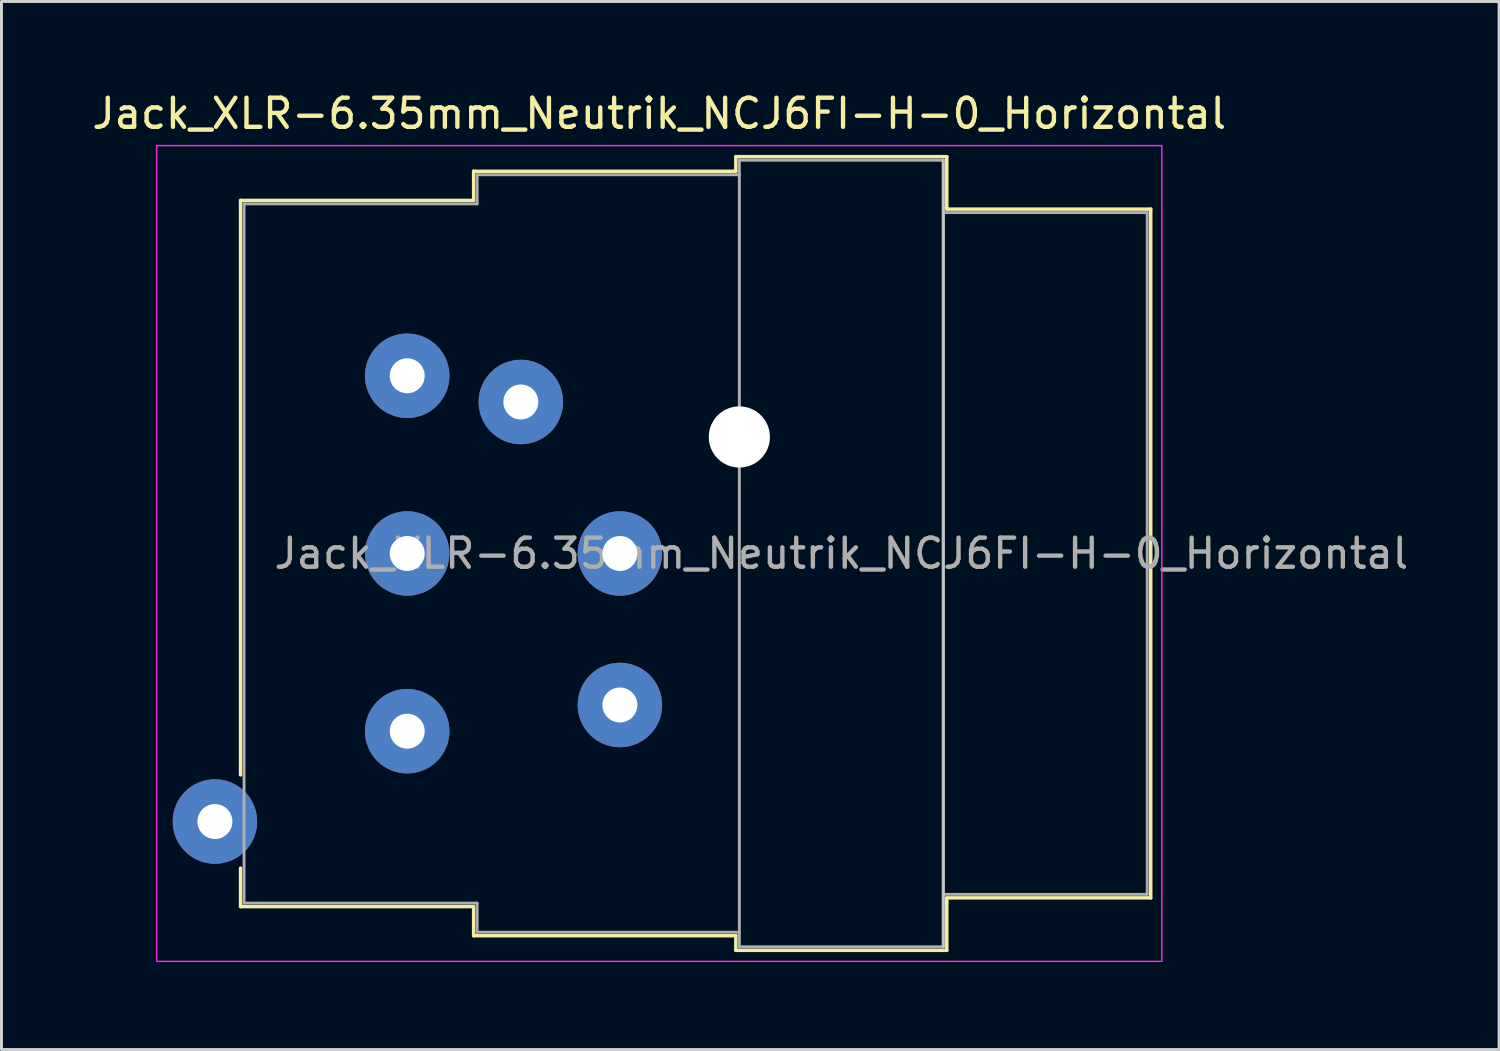
<source format=kicad_pcb>
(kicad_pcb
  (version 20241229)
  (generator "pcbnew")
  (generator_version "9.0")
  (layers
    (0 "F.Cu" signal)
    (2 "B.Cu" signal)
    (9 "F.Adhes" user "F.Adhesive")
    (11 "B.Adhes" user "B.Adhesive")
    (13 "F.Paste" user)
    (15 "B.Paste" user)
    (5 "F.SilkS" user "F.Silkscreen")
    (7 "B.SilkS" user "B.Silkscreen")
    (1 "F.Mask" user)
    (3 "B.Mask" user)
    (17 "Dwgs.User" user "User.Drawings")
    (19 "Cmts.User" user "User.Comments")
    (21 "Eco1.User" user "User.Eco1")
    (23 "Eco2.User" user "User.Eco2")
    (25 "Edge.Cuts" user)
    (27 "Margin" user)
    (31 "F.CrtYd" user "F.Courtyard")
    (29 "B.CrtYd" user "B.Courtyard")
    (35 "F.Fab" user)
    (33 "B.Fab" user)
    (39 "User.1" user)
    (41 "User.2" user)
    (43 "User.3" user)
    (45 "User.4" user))
  (footprint "Jack_XLR-6.35mm_Neutrik_NCJ6FI-H-0_Horizontal"
    (layer "F.Cu")
    (at 10.927 9.848)
    (property "Reference" "Jack_XLR-6.35mm_Neutrik_NCJ6FI-H-0_Horizontal" (at 8.65 -9 0) (layer "F.SilkS") (effects (font (size 1 1) (thickness 0.15))))
    (attr through_hole)
    (fp_line (start -5.72 -6.02) (end -5.72 13.7) (stroke (width 0.12) (type solid)) (layer "F.SilkS"))
    (fp_line (start -5.72 16.9) (end -5.72 18.22) (stroke (width 0.12) (type solid)) (layer "F.SilkS"))
    (fp_line (start 2.28 -7.02) (end 2.28 -6.02) (stroke (width 0.12) (type solid)) (layer "F.SilkS"))
    (fp_line (start 2.28 -6.02) (end -5.72 -6.02) (stroke (width 0.12) (type solid)) (layer "F.SilkS"))
    (fp_line (start 2.28 18.22) (end -5.72 18.22) (stroke (width 0.12) (type solid)) (layer "F.SilkS"))
    (fp_line (start 2.28 19.22) (end 2.28 18.22) (stroke (width 0.12) (type solid)) (layer "F.SilkS"))
    (fp_line (start 11.28 -7.02) (end 2.28 -7.02) (stroke (width 0.12) (type solid)) (layer "F.SilkS"))
    (fp_line (start 11.28 -7.02) (end 11.28 -7.52) (stroke (width 0.12) (type solid)) (layer "F.SilkS"))
    (fp_line (start 11.28 19.22) (end 2.28 19.22) (stroke (width 0.12) (type solid)) (layer "F.SilkS"))
    (fp_line (start 11.28 19.72) (end 11.28 19.22) (stroke (width 0.12) (type solid)) (layer "F.SilkS"))
    (fp_line (start 18.52 -7.52) (end 11.28 -7.52) (stroke (width 0.12) (type solid)) (layer "F.SilkS"))
    (fp_line (start 18.52 -7.52) (end 18.52 -5.72) (stroke (width 0.12) (type solid)) (layer "F.SilkS"))
    (fp_line (start 18.52 -5.72) (end 25.52 -5.72) (stroke (width 0.12) (type solid)) (layer "F.SilkS"))
    (fp_line (start 18.52 17.92) (end 18.52 19.72) (stroke (width 0.12) (type solid)) (layer "F.SilkS"))
    (fp_line (start 18.52 17.92) (end 25.52 17.92) (stroke (width 0.12) (type solid)) (layer "F.SilkS"))
    (fp_line (start 18.52 19.72) (end 11.28 19.72) (stroke (width 0.12) (type solid)) (layer "F.SilkS"))
    (fp_line (start 25.52 -5.72) (end 25.52 17.92) (stroke (width 0.12) (type solid)) (layer "F.SilkS"))
    (fp_line (start 18.4 -7.4) (end 18.4 19.6) (stroke (width 0.1) (type solid)) (layer "Dwgs.User"))
    (fp_line (start -8.6 -7.9) (end -8.6 20.1) (stroke (width 0.05) (type solid)) (layer "F.CrtYd"))
    (fp_line (start 25.9 -7.9) (end -8.6 -7.9) (stroke (width 0.05) (type solid)) (layer "F.CrtYd"))
    (fp_line (start 25.9 -7.9) (end 25.9 20.1) (stroke (width 0.05) (type solid)) (layer "F.CrtYd"))
    (fp_line (start 25.9 20.1) (end -8.6 20.1) (stroke (width 0.05) (type solid)) (layer "F.CrtYd"))
    (fp_line (start -5.6 -5.9) (end -5.6 18.1) (stroke (width 0.1) (type solid)) (layer "F.Fab"))
    (fp_line (start -5.6 18.1) (end 2.4 18.1) (stroke (width 0.1) (type solid)) (layer "F.Fab"))
    (fp_line (start 2.4 -6.9) (end 2.4 -5.9) (stroke (width 0.1) (type solid)) (layer "F.Fab"))
    (fp_line (start 2.4 -5.9) (end -5.6 -5.9) (stroke (width 0.1) (type solid)) (layer "F.Fab"))
    (fp_line (start 2.4 18.1) (end 2.4 19.1) (stroke (width 0.1) (type solid)) (layer "F.Fab"))
    (fp_line (start 2.4 19.1) (end 11.4 19.1) (stroke (width 0.1) (type solid)) (layer "F.Fab"))
    (fp_line (start 11.4 -7.4) (end 18.4 -7.4) (stroke (width 0.1) (type solid)) (layer "F.Fab"))
    (fp_line (start 11.4 -6.9) (end 2.4 -6.9) (stroke (width 0.1) (type solid)) (layer "F.Fab"))
    (fp_line (start 11.4 19.6) (end 11.4 -7.4) (stroke (width 0.1) (type solid)) (layer "F.Fab"))
    (fp_line (start 18.4 -7.4) (end 18.4 19.6) (stroke (width 0.1) (type solid)) (layer "F.Fab"))
    (fp_line (start 18.4 -5.6) (end 25.4 -5.6) (stroke (width 0.1) (type solid)) (layer "F.Fab"))
    (fp_line (start 18.4 19.6) (end 11.4 19.6) (stroke (width 0.1) (type solid)) (layer "F.Fab"))
    (fp_line (start 25.4 -5.6) (end 25.4 17.8) (stroke (width 0.1) (type solid)) (layer "F.Fab"))
    (fp_line (start 25.4 17.8) (end 18.4 17.8) (stroke (width 0.1) (type solid)) (layer "F.Fab"))
    (fp_text user "${REFERENCE}" (at 14.9 6.1 0) (layer "F.Fab") (effects (font (size 1 1) (thickness 0.15))))
    (pad "" np_thru_hole circle (at 11.4 2.1) (size 2.1 2.1) (drill 2.1) (layers "*.Cu" "*.Mask"))
    (pad "1" thru_hole circle (at 0 0) (size 2.9 2.9) (drill 1.2) (layers "*.Cu" "*.Mask"))
    (pad "2" thru_hole circle (at 0 12.2) (size 2.9 2.9) (drill 1.2) (layers "*.Cu" "*.Mask"))
    (pad "3" thru_hole circle (at 0 6.1) (size 2.9 2.9) (drill 1.2) (layers "*.Cu" "*.Mask"))
    (pad "G" thru_hole circle (at 7.3 6.1) (size 2.9 2.9) (drill 1.2) (layers "*.Cu" "*.Mask"))
    (pad "R" thru_hole circle (at 3.9 0.9) (size 2.9 2.9) (drill 1.2) (layers "*.Cu" "*.Mask"))
    (pad "S" thru_hole circle (at 7.3 11.3) (size 2.9 2.9) (drill 1.2) (layers "*.Cu" "*.Mask"))
    (pad "T" thru_hole circle (at -6.6 15.3) (size 2.9 2.9) (drill 1.2) (layers "*.Cu" "*.Mask")))
  (gr_rect
    (start -3 -3)
    (end 48.405 32.973)
    (stroke (width 0.1) (type default))
    (fill no)
    (layer "Edge.Cuts")))
</source>
